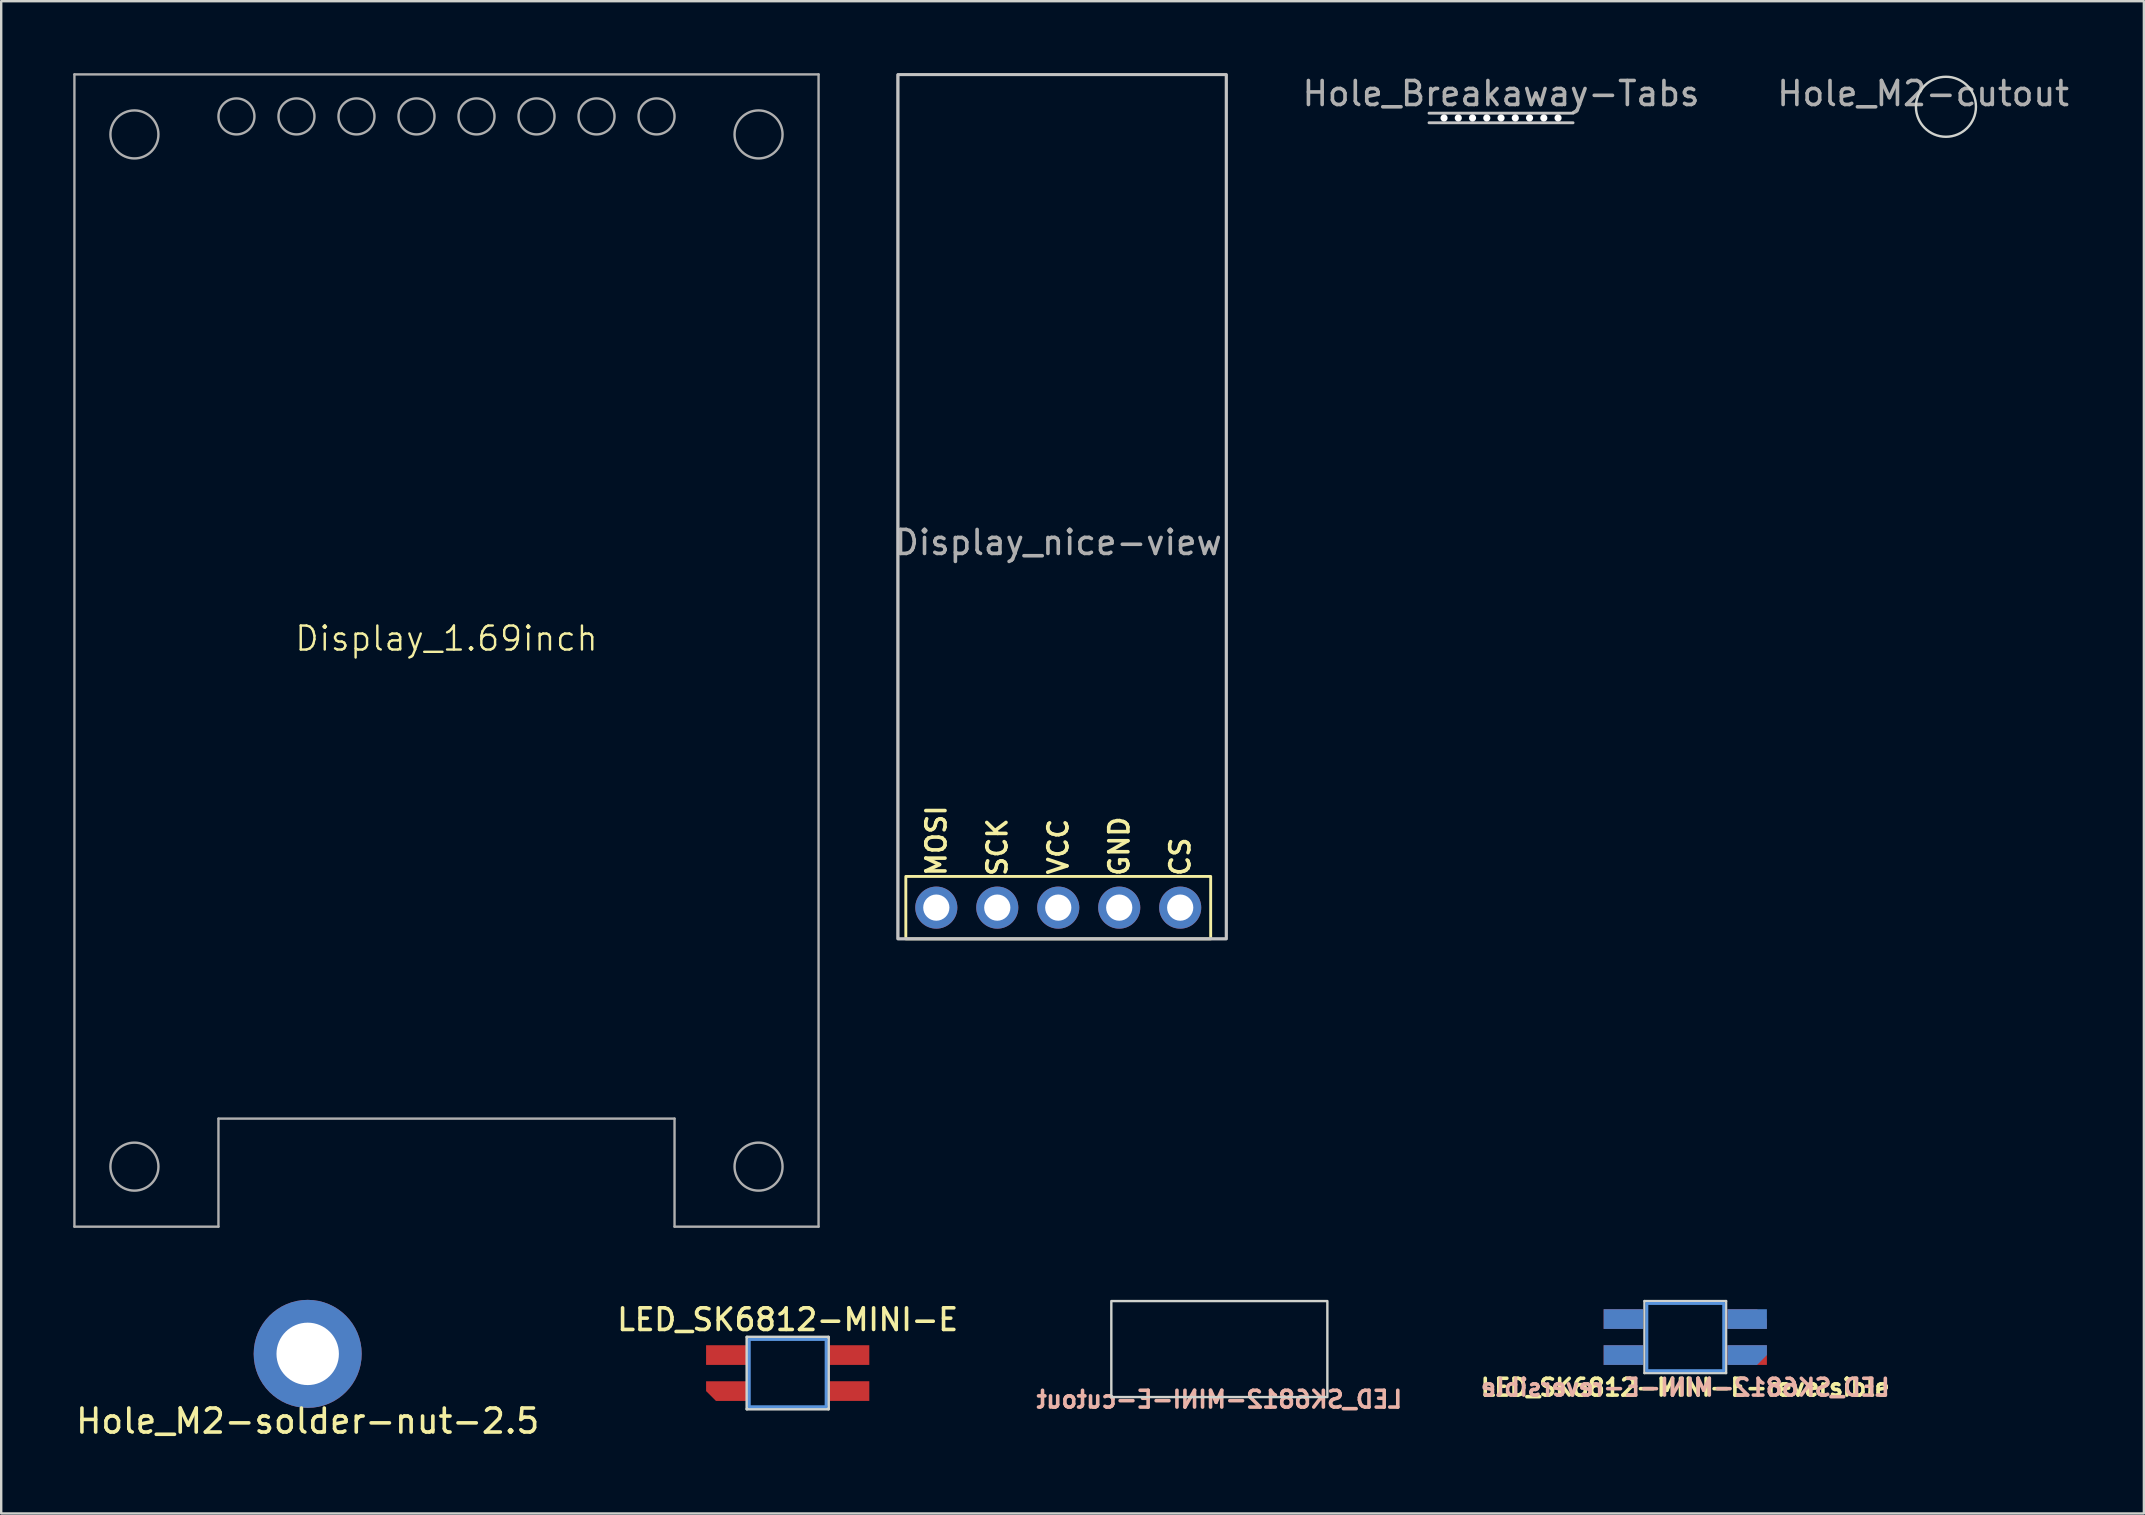
<source format=kicad_pcb>
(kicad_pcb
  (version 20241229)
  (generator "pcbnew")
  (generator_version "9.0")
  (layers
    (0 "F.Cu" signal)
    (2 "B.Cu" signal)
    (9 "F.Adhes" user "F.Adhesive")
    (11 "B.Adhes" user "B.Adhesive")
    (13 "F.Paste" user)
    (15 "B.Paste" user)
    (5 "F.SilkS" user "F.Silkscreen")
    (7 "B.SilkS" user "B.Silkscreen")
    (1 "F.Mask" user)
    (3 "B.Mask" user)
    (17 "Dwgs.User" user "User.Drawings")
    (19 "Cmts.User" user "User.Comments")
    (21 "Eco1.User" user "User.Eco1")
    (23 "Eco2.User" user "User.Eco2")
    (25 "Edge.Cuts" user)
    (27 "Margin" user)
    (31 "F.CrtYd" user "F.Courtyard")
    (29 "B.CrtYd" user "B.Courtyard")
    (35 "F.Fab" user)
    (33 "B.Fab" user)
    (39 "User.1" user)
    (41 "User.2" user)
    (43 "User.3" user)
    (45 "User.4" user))
  (footprint "Hole_Breakaway-Tabs"
    (layer "F.Cu")
    (at 59.481 1.864)
    (property "Reference" "Hole_Breakaway-Tabs" (at 0 -1.016 0) (layer "F.Fab") (effects (font (size 1 1) (thickness 0.15))))
    (attr through_hole)
    (fp_line (start -3 -0.2) (end 3 -0.2) (stroke (width 0.12) (type solid)) (layer "Dwgs.User"))
    (fp_line (start -3 0.2) (end 3 0.2) (stroke (width 0.12) (type solid)) (layer "Dwgs.User"))
    (pad "" np_thru_hole circle (at -2.375 0) (size 0.3 0.3) (drill 0.3) (layers "*.Cu" "*.Mask"))
    (pad "" np_thru_hole circle (at -1.781 0) (size 0.3 0.3) (drill 0.3) (layers "*.Cu" "*.Mask"))
    (pad "" np_thru_hole circle (at -1.188 0) (size 0.3 0.3) (drill 0.3) (layers "*.Cu" "*.Mask"))
    (pad "" np_thru_hole circle (at -0.594 0) (size 0.3 0.3) (drill 0.3) (layers "*.Cu" "*.Mask"))
    (pad "" np_thru_hole circle (at 0 0) (size 0.3 0.3) (drill 0.3) (layers "*.Cu" "*.Mask"))
    (pad "" np_thru_hole circle (at 0.594 0) (size 0.3 0.3) (drill 0.3) (layers "*.Cu" "*.Mask"))
    (pad "" np_thru_hole circle (at 1.188 0) (size 0.3 0.3) (drill 0.3) (layers "*.Cu" "*.Mask"))
    (pad "" np_thru_hole circle (at 1.781 0) (size 0.3 0.3) (drill 0.3) (layers "*.Cu" "*.Mask"))
    (pad "" np_thru_hole circle (at 2.375 0) (size 0.3 0.3) (drill 0.3) (layers "*.Cu" "*.Mask")))
  (footprint "Display_1.69inch"
    (layer "F.Cu")
    (at 15.55 24.05)
    (property "Reference" "Display_1.69inch" (at 0 -0.5 0) (unlocked yes) (layer "F.SilkS") (effects (font (size 1 1) (thickness 0.1))))
    (fp_line (start -15.5 -24) (end 15.5 -24) (stroke (width 0.1) (type default)) (layer "F.Fab"))
    (fp_line (start -15.5 24) (end -15.5 -24) (stroke (width 0.1) (type default)) (layer "F.Fab"))
    (fp_line (start -9.5 24) (end -15.5 24) (stroke (width 0.1) (type default)) (layer "F.Fab"))
    (fp_line (start -9.5 24) (end -9.5 19.5) (stroke (width 0.1) (type default)) (layer "F.Fab"))
    (fp_line (start 9.5 19.5) (end -9.5 19.5) (stroke (width 0.1) (type default)) (layer "F.Fab"))
    (fp_line (start 9.5 24) (end 9.5 19.5) (stroke (width 0.1) (type default)) (layer "F.Fab"))
    (fp_line (start 15.5 -24) (end 15.5 24) (stroke (width 0.1) (type default)) (layer "F.Fab"))
    (fp_line (start 15.5 24) (end 9.5 24) (stroke (width 0.1) (type default)) (layer "F.Fab"))
    (fp_circle (center -13 -21.5) (end -12 -21.5) (stroke (width 0.1) (type default)) (fill no) (layer "F.Fab"))
    (fp_circle (center -13 21.5) (end -12 21.5) (stroke (width 0.1) (type default)) (fill no) (layer "F.Fab"))
    (fp_circle (center -8.75 -22.25) (end -8 -22.25) (stroke (width 0.1) (type default)) (fill no) (layer "F.Fab"))
    (fp_circle (center -6.25 -22.25) (end -5.5 -22.25) (stroke (width 0.1) (type default)) (fill no) (layer "F.Fab"))
    (fp_circle (center -3.75 -22.25) (end -3 -22.25) (stroke (width 0.1) (type default)) (fill no) (layer "F.Fab"))
    (fp_circle (center -1.25 -22.25) (end -0.5 -22.25) (stroke (width 0.1) (type default)) (fill no) (layer "F.Fab"))
    (fp_circle (center 1.25 -22.25) (end 2 -22.25) (stroke (width 0.1) (type default)) (fill no) (layer "F.Fab"))
    (fp_circle (center 3.75 -22.25) (end 4.5 -22.25) (stroke (width 0.1) (type default)) (fill no) (layer "F.Fab"))
    (fp_circle (center 6.25 -22.25) (end 7 -22.25) (stroke (width 0.1) (type default)) (fill no) (layer "F.Fab"))
    (fp_circle (center 8.75 -22.25) (end 9.5 -22.25) (stroke (width 0.1) (type default)) (fill no) (layer "F.Fab"))
    (fp_circle (center 13 -21.5) (end 14 -21.5) (stroke (width 0.1) (type default)) (fill no) (layer "F.Fab"))
    (fp_circle (center 13 21.5) (end 14 21.5) (stroke (width 0.1) (type default)) (fill no) (layer "F.Fab")))
  (footprint "LED_SK6812-MINI-E"
    (layer "F.Cu")
    (at 29.764 54.15)
    (property "Reference" "LED_SK6812-MINI-E" (at 0 -1.7 0) (unlocked yes) (layer "F.SilkS") (effects (font (size 0.9 0.9) (thickness 0.15)) (justify bottom)))
    (attr through_hole)
    (fp_line (start -1.6 -1.4) (end -1.6 1.4) (stroke (width 0.12) (type solid)) (layer "Cmts.User"))
    (fp_line (start -1.6 1.4) (end 1.6 1.4) (stroke (width 0.12) (type solid)) (layer "Cmts.User"))
    (fp_line (start 1.6 -1.4) (end -1.6 -1.4) (stroke (width 0.12) (type solid)) (layer "Cmts.User"))
    (fp_line (start 1.6 1.4) (end 1.6 -1.4) (stroke (width 0.12) (type solid)) (layer "Cmts.User"))
    (fp_line (start -1.7 -1.5) (end -1.7 1.5) (stroke (width 0.12) (type solid)) (layer "Edge.Cuts"))
    (fp_line (start -1.7 1.5) (end 1.7 1.5) (stroke (width 0.12) (type solid)) (layer "Edge.Cuts"))
    (fp_line (start 1.7 -1.5) (end -1.7 -1.5) (stroke (width 0.12) (type solid)) (layer "Edge.Cuts"))
    (fp_line (start 1.7 1.5) (end 1.7 -1.5) (stroke (width 0.12) (type solid)) (layer "Edge.Cuts"))
    (pad "1" smd rect (at 2.55 -0.75) (size 1.7 0.82) (layers "F.Cu" "F.Mask" "F.Paste"))
    (pad "2" smd rect (at 2.55 0.75) (size 1.7 0.82) (layers "F.Cu" "F.Mask" "F.Paste"))
    (pad "3" smd roundrect (at -2.55 0.75) (size 1.7 0.82) (layers "F.Cu" "F.Mask" "F.Paste") (roundrect_rratio 0) (chamfer_ratio 0.5) (chamfer bottom_left))
    (pad "4" smd rect (at -2.55 -0.75) (size 1.7 0.82) (layers "F.Cu" "F.Mask" "F.Paste")))
  (footprint "Hole_M2-cutout"
    (layer "F.Cu")
    (at 78.015 1.398)
    (property "Reference" "Hole_M2-cutout" (at -0.95 -0.55 0) (layer "F.Fab") (effects (font (size 1 1) (thickness 0.15))))
    (attr exclude_from_pos_files exclude_from_bom)
    (fp_circle (center 0 0) (end 1.25 0) (stroke (width 0.1) (type solid)) (fill no) (layer "Edge.Cuts")))
  (footprint "Display_nice-view"
    (layer "F.Cu")
    (at 41.035 18.28)
    (property "Reference" "Display_nice-view" (at 0 1.27 0) (unlocked yes) (layer "F.Fab") (effects (font (size 1 1) (thickness 0.15))))
    (attr through_hole)
    (fp_rect (start -6.35 15.18) (end 6.35 17.78) (stroke (width 0.12) (type solid)) (fill no) (layer "F.SilkS"))
    (fp_rect (start 7 17.78) (end -6.68 -18.22) (stroke (width 0.12) (type solid)) (fill no) (layer "Dwgs.User"))
    (fp_rect (start 7 17.78) (end -6.68 -18.22) (stroke (width 0.12) (type solid)) (fill no) (layer "F.Fab"))
    (fp_text user "SCK" (at -2.54 15.24 90) (unlocked yes) (layer "F.SilkS") (effects (font (size 0.8 0.8) (thickness 0.15)) (justify left)))
    (fp_text user "VCC" (at 0 15.18 90) (unlocked yes) (layer "F.SilkS") (effects (font (size 0.8 0.8) (thickness 0.15)) (justify left)))
    (fp_text user "GND" (at 2.54 15.24 90) (unlocked yes) (layer "F.SilkS") (effects (font (size 0.8 0.8) (thickness 0.15)) (justify left)))
    (fp_text user "MOSI" (at -5.08 15.24 90) (unlocked yes) (layer "F.SilkS") (effects (font (size 0.8 0.8) (thickness 0.15)) (justify left)))
    (fp_text user "CS" (at 5.08 15.24 90) (unlocked yes) (layer "F.SilkS") (effects (font (size 0.8 0.8) (thickness 0.15)) (justify left)))
    (pad "1" thru_hole circle (at -5.08 16.48) (size 1.753 1.753) (drill 1.092) (layers "*.Cu" "*.Mask"))
    (pad "2" thru_hole circle (at -2.54 16.48) (size 1.753 1.753) (drill 1.092) (layers "*.Cu" "*.Mask"))
    (pad "3" thru_hole circle (at 0 16.48) (size 1.753 1.753) (drill 1.092) (layers "*.Cu" "*.Mask"))
    (pad "4" thru_hole circle (at 2.54 16.48) (size 1.753 1.753) (drill 1.092) (layers "*.Cu" "*.Mask"))
    (pad "5" thru_hole circle (at 5.08 16.48) (size 1.753 1.753) (drill 1.092) (layers "*.Cu" "*.Mask")))
  (footprint "LED_SK6812-MINI-E-cutout"
    (layer "F.Cu")
    (at 47.746 53.15)
    (property "Reference" "LED_SK6812-MINI-E-cutout" (at 0 2.1 0) (unlocked yes) (layer "B.SilkS") (effects (font (size 0.7 0.7) (thickness 0.15)) (justify mirror)))
    (fp_rect (start -4.5 2) (end 4.5 -2) (stroke (width 0.1) (type solid)) (fill no) (layer "Edge.Cuts")))
  (footprint "LED_SK6812-MINI-E-reversible"
    (layer "F.Cu")
    (at 67.156 52.65)
    (property "Reference" "LED_SK6812-MINI-E-reversible" (at 0 2.1 0) (unlocked yes) (layer "F.SilkS") (effects (font (size 0.7 0.7) (thickness 0.15))))
    (attr through_hole)
    (fp_line (start -1.6 -1.4) (end 1.6 -1.4) (stroke (width 0.12) (type solid)) (layer "Cmts.User"))
    (fp_line (start -1.6 1.4) (end -1.6 -1.4) (stroke (width 0.12) (type solid)) (layer "Cmts.User"))
    (fp_line (start 1.6 -1.4) (end 1.6 1.4) (stroke (width 0.12) (type solid)) (layer "Cmts.User"))
    (fp_line (start 1.6 1.4) (end -1.6 1.4) (stroke (width 0.12) (type solid)) (layer "Cmts.User"))
    (fp_line (start -1.7 -1.5) (end 1.7 -1.5) (stroke (width 0.1) (type solid)) (layer "Edge.Cuts"))
    (fp_line (start -1.7 1.5) (end -1.7 -1.5) (stroke (width 0.1) (type solid)) (layer "Edge.Cuts"))
    (fp_line (start 1.7 -1.5) (end 1.7 1.5) (stroke (width 0.1) (type solid)) (layer "Edge.Cuts"))
    (fp_line (start 1.7 1.5) (end -1.7 1.5) (stroke (width 0.1) (type solid)) (layer "Edge.Cuts"))
    (fp_text user "${REFERENCE}" (at 0 2.1 0) (unlocked yes) (layer "B.SilkS") (effects (font (size 0.7 0.7) (thickness 0.15)) (justify mirror)))
    (pad "1" smd rect (at -2.58 -0.75) (size 1.64 0.82) (layers "B.Cu" "B.Mask" "B.Paste"))
    (pad "1" smd rect (at -2.58 0.75) (size 1.64 0.82) (layers "F.Cu" "F.Mask" "F.Paste"))
    (pad "2" smd rect (at -2.58 -0.75) (size 1.64 0.82) (layers "F.Cu" "F.Mask" "F.Paste"))
    (pad "2" smd rect (at -2.58 0.75) (size 1.64 0.82) (layers "B.Cu" "B.Mask" "B.Paste"))
    (pad "3" smd roundrect (at 2.58 -0.75) (size 1.64 0.82) (layers "F.Cu" "F.Mask" "F.Paste") (roundrect_rratio 0) (chamfer_ratio 0.5) (chamfer top_right))
    (pad "3" smd roundrect (at 2.58 0.75) (size 1.64 0.82) (layers "B.Cu" "B.Mask" "B.Paste") (roundrect_rratio 0) (chamfer_ratio 0.5) (chamfer bottom_right))
    (pad "4" smd rect (at 2.58 -0.75) (size 1.64 0.82) (layers "B.Cu" "B.Mask" "B.Paste"))
    (pad "4" smd rect (at 2.58 0.75) (size 1.64 0.82) (layers "F.Cu" "F.Mask" "F.Paste")))
  (footprint "Hole_M2-solder-nut-2.5"
    (layer "F.Cu")
    (at 9.768 53.35)
    (property "Reference" "Hole_M2-solder-nut-2.5" (at 0 2.8 0) (layer "F.SilkS") (effects (font (size 1 1) (thickness 0.15))))
    (attr through_hole)
    (pad "" thru_hole circle (at 0 0) (size 4.5 4.5) (drill 2.6) (layers "*.Cu" "F.Mask")))
  (gr_rect
    (start -3 -3)
    (end 86.261 59.998)
    (stroke (width 0.1) (type default))
    (fill no)
    (layer "Edge.Cuts")))
</source>
